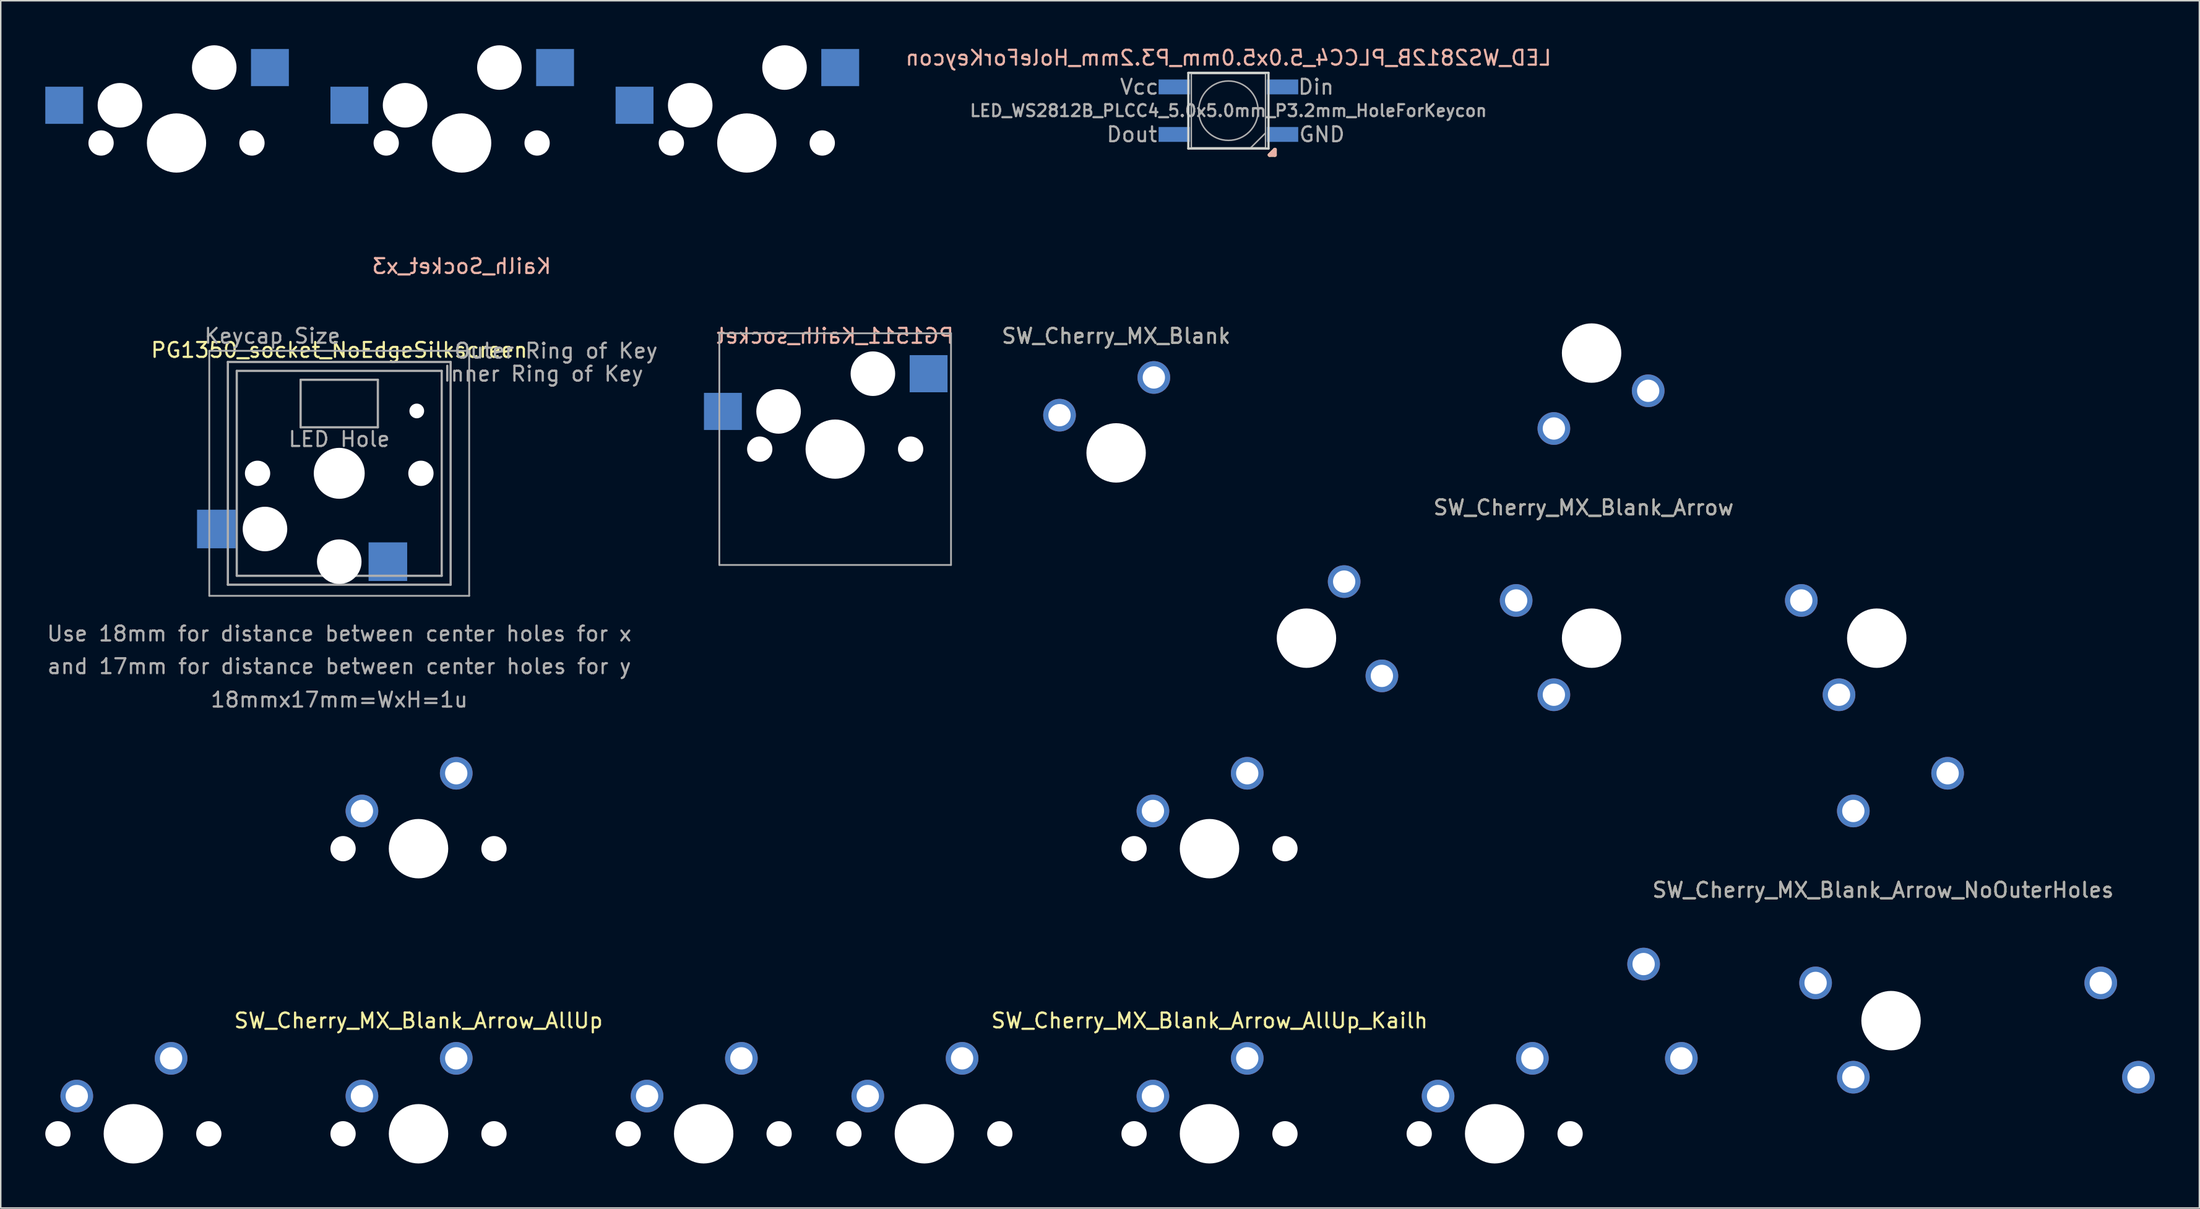
<source format=kicad_pcb>
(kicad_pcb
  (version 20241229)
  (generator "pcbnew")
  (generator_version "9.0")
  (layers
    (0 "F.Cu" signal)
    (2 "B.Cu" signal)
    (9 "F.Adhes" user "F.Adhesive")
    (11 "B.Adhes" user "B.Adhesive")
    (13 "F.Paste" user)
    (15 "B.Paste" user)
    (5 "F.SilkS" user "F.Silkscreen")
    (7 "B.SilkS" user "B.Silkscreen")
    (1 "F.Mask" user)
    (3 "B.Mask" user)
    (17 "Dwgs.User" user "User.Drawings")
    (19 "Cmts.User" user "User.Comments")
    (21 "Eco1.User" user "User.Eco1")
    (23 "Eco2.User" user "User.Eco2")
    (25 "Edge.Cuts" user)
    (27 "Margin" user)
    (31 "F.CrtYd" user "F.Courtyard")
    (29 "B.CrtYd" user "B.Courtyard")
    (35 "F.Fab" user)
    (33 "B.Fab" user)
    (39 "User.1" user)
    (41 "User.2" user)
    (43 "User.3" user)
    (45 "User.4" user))
  (footprint "SW_Cherry_MX_Blank_Arrow_NoOuterHoles"
    (layer "F.Cu")
    (at 124.28 65.685)
    (property "Reference" "SW_Cherry_MX_Blank_Arrow_NoOuterHoles" (at -0.54 -8.794 0) (layer "F.SilkS") (effects (font (size 1 1) (thickness 0.15))))
    (attr through_hole)
    (fp_text user "${REFERENCE}" (at -0.54 -8.794 0) (layer "F.Fab") (effects (font (size 1 1) (thickness 0.15))))
    (pad "" np_thru_hole circle (at 0 0 90) (size 4 4) (drill 4) (layers "*.Cu" "*.Mask"))
    (pad "1" thru_hole circle (at -14.12 2.54 270) (size 2.2 2.2) (drill 1.5) (layers "*.Cu" "*.Mask"))
    (pad "1" thru_hole circle (at -5.08 -2.54 90) (size 2.2 2.2) (drill 1.5) (layers "*.Cu" "*.Mask"))
    (pad "1" thru_hole circle (at -2.54 -14.12 180) (size 2.2 2.2) (drill 1.5) (layers "*.Cu" "*.Mask"))
    (pad "1" thru_hole circle (at 14.12 -2.54 90) (size 2.2 2.2) (drill 1.5) (layers "*.Cu" "*.Mask"))
    (pad "2" thru_hole circle (at -16.66 -3.81 270) (size 2.2 2.2) (drill 1.5) (layers "*.Cu" "*.Mask"))
    (pad "2" thru_hole circle (at -2.54 3.81 90) (size 2.2 2.2) (drill 1.5) (layers "*.Cu" "*.Mask"))
    (pad "2" thru_hole circle (at 3.81 -16.66 180) (size 2.2 2.2) (drill 1.5) (layers "*.Cu" "*.Mask"))
    (pad "2" thru_hole circle (at 16.66 3.81 90) (size 2.2 2.2) (drill 1.5) (layers "*.Cu" "*.Mask")))
  (footprint "PG1350_socket_NoEdgeSilkscreen"
    (layer "F.Cu")
    (at 19.792 28.826)
    (property "Reference" "PG1350_socket_NoEdgeSilkscreen" (at 0 -8.3 0) (layer "F.SilkS") (effects (font (size 1 1) (thickness 0.15))))
    (attr through_hole)
    (fp_line (start -8.75 -8.25) (end 8.75 -8.25) (stroke (width 0.12) (type solid)) (layer "F.Fab"))
    (fp_line (start -8.75 8.25) (end -8.75 -8.25) (stroke (width 0.12) (type solid)) (layer "F.Fab"))
    (fp_line (start -7.5 -7.5) (end 7.5 -7.5) (stroke (width 0.15) (type solid)) (layer "F.Fab"))
    (fp_line (start -7.5 7.5) (end -7.5 -7.5) (stroke (width 0.15) (type solid)) (layer "F.Fab"))
    (fp_line (start -6.9 6.9) (end -6.9 -6.9) (stroke (width 0.15) (type solid)) (layer "F.Fab"))
    (fp_line (start -6.9 6.9) (end 6.9 6.9) (stroke (width 0.15) (type solid)) (layer "F.Fab"))
    (fp_line (start -2.6 -3.1) (end -2.6 -6.3) (stroke (width 0.15) (type solid)) (layer "F.Fab"))
    (fp_line (start -2.6 -3.1) (end 2.6 -3.1) (stroke (width 0.15) (type solid)) (layer "F.Fab"))
    (fp_line (start 2.6 -6.3) (end -2.6 -6.3) (stroke (width 0.15) (type solid)) (layer "F.Fab"))
    (fp_line (start 2.6 -3.1) (end 2.6 -6.3) (stroke (width 0.15) (type solid)) (layer "F.Fab"))
    (fp_line (start 6.9 -6.9) (end -6.9 -6.9) (stroke (width 0.15) (type solid)) (layer "F.Fab"))
    (fp_line (start 6.9 -6.9) (end 6.9 6.9) (stroke (width 0.15) (type solid)) (layer "F.Fab"))
    (fp_line (start 7.5 -7.5) (end 7.5 7.5) (stroke (width 0.15) (type solid)) (layer "F.Fab"))
    (fp_line (start 7.5 7.5) (end -7.5 7.5) (stroke (width 0.15) (type solid)) (layer "F.Fab"))
    (fp_line (start 8.75 -8.25) (end 8.75 8.25) (stroke (width 0.12) (type solid)) (layer "F.Fab"))
    (fp_line (start 8.75 8.25) (end -8.75 8.25) (stroke (width 0.12) (type solid)) (layer "F.Fab"))
    (fp_text user "Inner Ring of Key" (at 13.75 -6.7 0) (layer "F.Fab") (effects (font (size 1 1) (thickness 0.15))))
    (fp_text user "LED Hole" (at 0 -2.3 0) (layer "F.Fab") (effects (font (size 1 1) (thickness 0.15))))
    (fp_text user "Keycap Size" (at -4.5 -9.25 0) (layer "F.Fab") (effects (font (size 1 1) (thickness 0.15))))
    (fp_text user "Use 18mm for distance between center holes for x" (at 0 10.8 0) (layer "F.Fab") (effects (font (size 1 1) (thickness 0.15))))
    (fp_text user "18mmx17mm=WxH=1u" (at 0 15.25 0) (layer "F.Fab") (effects (font (size 1 1) (thickness 0.15))))
    (fp_text user "Outer Ring of Key" (at 14.6 -8.25 0) (layer "F.Fab") (effects (font (size 1 1) (thickness 0.15))))
    (fp_text user "and 17mm for distance between center holes for y" (at 0 13 0) (layer "F.Fab") (effects (font (size 1 1) (thickness 0.15))))
    (pad "" np_thru_hole circle (at -5.5 0) (size 1.702 1.702) (drill 1.702) (layers "*.Cu" "*.Mask"))
    (pad "" np_thru_hole circle (at -5 3.75) (size 3 3) (drill 3) (layers "*.Cu" "*.Mask"))
    (pad "" np_thru_hole circle (at 0 0) (size 3.429 3.429) (drill 3.429) (layers "*.Cu" "*.Mask"))
    (pad "" np_thru_hole circle (at 0 5.95) (size 3 3) (drill 3) (layers "*.Cu" "*.Mask"))
    (pad "" np_thru_hole circle (at 5.22 -4.2) (size 0.991 0.991) (drill 0.991) (layers "*.Cu" "*.Mask"))
    (pad "" np_thru_hole circle (at 5.5 0) (size 1.702 1.702) (drill 1.702) (layers "*.Cu" "*.Mask"))
    (pad "1" smd rect (at 3.275 5.95) (size 2.6 2.6) (layers "B.Cu" "B.Mask" "B.Paste"))
    (pad "2" smd rect (at -8.275 3.75) (size 2.6 2.6) (layers "B.Cu" "B.Mask" "B.Paste")))
  (footprint "SW_Cherry_MX_Blank_Arrow_AllUp"
    (layer "F.Cu")
    (at 25.13 73.305)
    (property "Reference" "SW_Cherry_MX_Blank_Arrow_AllUp" (at 0 -7.62 0) (layer "F.SilkS") (effects (font (size 1 1) (thickness 0.15))))
    (attr through_hole)
    (pad "" np_thru_hole circle (at -24.28 0) (size 1.7 1.7) (drill 1.7) (layers "*.Cu" "*.Mask"))
    (pad "" np_thru_hole circle (at -19.2 0 90) (size 4 4) (drill 4) (layers "*.Cu" "*.Mask"))
    (pad "" np_thru_hole circle (at -14.12 0) (size 1.7 1.7) (drill 1.7) (layers "*.Cu" "*.Mask"))
    (pad "" np_thru_hole circle (at -5.08 -19.2) (size 1.7 1.7) (drill 1.7) (layers "*.Cu" "*.Mask"))
    (pad "" np_thru_hole circle (at -5.08 0) (size 1.7 1.7) (drill 1.7) (layers "*.Cu" "*.Mask"))
    (pad "" np_thru_hole circle (at 0 -19.2 90) (size 4 4) (drill 4) (layers "*.Cu" "*.Mask"))
    (pad "" np_thru_hole circle (at 0 0 90) (size 4 4) (drill 4) (layers "*.Cu" "*.Mask"))
    (pad "" np_thru_hole circle (at 5.08 -19.2) (size 1.7 1.7) (drill 1.7) (layers "*.Cu" "*.Mask"))
    (pad "" np_thru_hole circle (at 5.08 0) (size 1.7 1.7) (drill 1.7) (layers "*.Cu" "*.Mask"))
    (pad "" np_thru_hole circle (at 14.12 0) (size 1.7 1.7) (drill 1.7) (layers "*.Cu" "*.Mask"))
    (pad "" np_thru_hole circle (at 19.2 0 90) (size 4 4) (drill 4) (layers "*.Cu" "*.Mask"))
    (pad "" np_thru_hole circle (at 24.28 0) (size 1.7 1.7) (drill 1.7) (layers "*.Cu" "*.Mask"))
    (pad "1" thru_hole circle (at -16.66 -5.08 90) (size 2.2 2.2) (drill 1.5) (layers "*.Cu" "*.Mask"))
    (pad "1" thru_hole circle (at 2.54 -24.28 90) (size 2.2 2.2) (drill 1.5) (layers "*.Cu" "*.Mask"))
    (pad "1" thru_hole circle (at 2.54 -5.08 90) (size 2.2 2.2) (drill 1.5) (layers "*.Cu" "*.Mask"))
    (pad "1" thru_hole circle (at 21.74 -5.08 90) (size 2.2 2.2) (drill 1.5) (layers "*.Cu" "*.Mask"))
    (pad "2" thru_hole circle (at -23.01 -2.54 90) (size 2.2 2.2) (drill 1.5) (layers "*.Cu" "*.Mask"))
    (pad "2" thru_hole circle (at -3.81 -21.74 90) (size 2.2 2.2) (drill 1.5) (layers "*.Cu" "*.Mask"))
    (pad "2" thru_hole circle (at -3.81 -2.54 90) (size 2.2 2.2) (drill 1.5) (layers "*.Cu" "*.Mask"))
    (pad "2" thru_hole circle (at 15.39 -2.54 90) (size 2.2 2.2) (drill 1.5) (layers "*.Cu" "*.Mask")))
  (footprint "Kailh_Socket_x3"
    (layer "F.Cu")
    (at 28.035 6.58)
    (property "Reference" "Kailh_Socket_x3" (at 0 8.3 0) (layer "B.SilkS") (effects (font (size 1 1) (thickness 0.15)) (justify mirror)))
    (attr through_hole)
    (pad "" np_thru_hole circle (at -24.28 0) (size 1.702 1.702) (drill 1.702) (layers "*.Cu" "*.Mask"))
    (pad "" np_thru_hole circle (at -23.01 -2.54) (size 3 3) (drill 3) (layers "*.Cu" "*.Mask"))
    (pad "" np_thru_hole circle (at -19.2 0) (size 3.988 3.988) (drill 3.988) (layers "*.Cu" "*.Mask"))
    (pad "" np_thru_hole circle (at -16.66 -5.08) (size 3 3) (drill 3) (layers "*.Cu" "*.Mask"))
    (pad "" np_thru_hole circle (at -14.12 0) (size 1.702 1.702) (drill 1.702) (layers "*.Cu" "*.Mask"))
    (pad "" np_thru_hole circle (at -5.08 0) (size 1.702 1.702) (drill 1.702) (layers "*.Cu" "*.Mask"))
    (pad "" np_thru_hole circle (at -3.81 -2.54) (size 3 3) (drill 3) (layers "*.Cu" "*.Mask"))
    (pad "" np_thru_hole circle (at 0 0) (size 3.988 3.988) (drill 3.988) (layers "*.Cu" "*.Mask"))
    (pad "" np_thru_hole circle (at 2.54 -5.08) (size 3 3) (drill 3) (layers "*.Cu" "*.Mask"))
    (pad "" np_thru_hole circle (at 5.08 0) (size 1.702 1.702) (drill 1.702) (layers "*.Cu" "*.Mask"))
    (pad "" np_thru_hole circle (at 14.12 0) (size 1.702 1.702) (drill 1.702) (layers "*.Cu" "*.Mask"))
    (pad "" np_thru_hole circle (at 15.39 -2.54) (size 3 3) (drill 3) (layers "*.Cu" "*.Mask"))
    (pad "" np_thru_hole circle (at 19.2 0) (size 3.988 3.988) (drill 3.988) (layers "*.Cu" "*.Mask"))
    (pad "" np_thru_hole circle (at 21.74 -5.08) (size 3 3) (drill 3) (layers "*.Cu" "*.Mask"))
    (pad "" np_thru_hole circle (at 24.28 0) (size 1.702 1.702) (drill 1.702) (layers "*.Cu" "*.Mask"))
    (pad "1" smd rect (at -12.91 -5.08) (size 2.55 2.5) (layers "B.Cu" "B.Mask" "B.Paste"))
    (pad "1" smd rect (at 6.29 -5.08) (size 2.55 2.5) (layers "B.Cu" "B.Mask" "B.Paste"))
    (pad "1" smd rect (at 25.49 -5.08) (size 2.55 2.5) (layers "B.Cu" "B.Mask" "B.Paste"))
    (pad "2" smd rect (at -26.76 -2.54) (size 2.55 2.5) (layers "B.Cu" "B.Mask" "B.Paste"))
    (pad "2" smd rect (at -7.56 -2.54) (size 2.55 2.5) (layers "B.Cu" "B.Mask" "B.Paste"))
    (pad "2" smd rect (at 11.64 -2.54) (size 2.55 2.5) (layers "B.Cu" "B.Mask" "B.Paste")))
  (footprint "SW_Cherry_MX_Blank_Arrow_AllUp_Kailh"
    (layer "F.Cu")
    (at 78.39 73.305)
    (property "Reference" "SW_Cherry_MX_Blank_Arrow_AllUp_Kailh" (at 0 -7.62 0) (layer "F.SilkS") (effects (font (size 1 1) (thickness 0.15))))
    (attr through_hole)
    (pad "" np_thru_hole circle (at -24.28 0) (size 1.7 1.7) (drill 1.7) (layers "*.Cu" "*.Mask"))
    (pad "" np_thru_hole circle (at -19.2 0 90) (size 4 4) (drill 4) (layers "*.Cu" "*.Mask"))
    (pad "" np_thru_hole circle (at -14.12 0) (size 1.7 1.7) (drill 1.7) (layers "*.Cu" "*.Mask"))
    (pad "" np_thru_hole circle (at -5.08 -19.2) (size 1.7 1.7) (drill 1.7) (layers "*.Cu" "*.Mask"))
    (pad "" np_thru_hole circle (at -5.08 0) (size 1.7 1.7) (drill 1.7) (layers "*.Cu" "*.Mask"))
    (pad "" np_thru_hole circle (at 0 -19.2 90) (size 4 4) (drill 4) (layers "*.Cu" "*.Mask"))
    (pad "" np_thru_hole circle (at 0 0 90) (size 4 4) (drill 4) (layers "*.Cu" "*.Mask"))
    (pad "" np_thru_hole circle (at 5.08 -19.2) (size 1.7 1.7) (drill 1.7) (layers "*.Cu" "*.Mask"))
    (pad "" np_thru_hole circle (at 5.08 0) (size 1.7 1.7) (drill 1.7) (layers "*.Cu" "*.Mask"))
    (pad "" np_thru_hole circle (at 14.12 0) (size 1.7 1.7) (drill 1.7) (layers "*.Cu" "*.Mask"))
    (pad "" np_thru_hole circle (at 19.2 0 90) (size 4 4) (drill 4) (layers "*.Cu" "*.Mask"))
    (pad "" np_thru_hole circle (at 24.28 0) (size 1.7 1.7) (drill 1.7) (layers "*.Cu" "*.Mask"))
    (pad "1" thru_hole circle (at -16.66 -5.08 90) (size 2.2 2.2) (drill 1.5) (layers "*.Cu" "*.Mask"))
    (pad "1" thru_hole circle (at 2.54 -24.28 90) (size 2.2 2.2) (drill 1.5) (layers "*.Cu" "*.Mask"))
    (pad "1" thru_hole circle (at 2.54 -5.08 90) (size 2.2 2.2) (drill 1.5) (layers "*.Cu" "*.Mask"))
    (pad "1" thru_hole circle (at 21.74 -5.08 90) (size 2.2 2.2) (drill 1.5) (layers "*.Cu" "*.Mask"))
    (pad "2" thru_hole circle (at -23.01 -2.54 90) (size 2.2 2.2) (drill 1.5) (layers "*.Cu" "*.Mask"))
    (pad "2" thru_hole circle (at -3.81 -21.74 90) (size 2.2 2.2) (drill 1.5) (layers "*.Cu" "*.Mask"))
    (pad "2" thru_hole circle (at -3.81 -2.54 90) (size 2.2 2.2) (drill 1.5) (layers "*.Cu" "*.Mask"))
    (pad "2" thru_hole circle (at 15.39 -2.54 90) (size 2.2 2.2) (drill 1.5) (layers "*.Cu" "*.Mask")))
  (footprint "SW_Cherry_MX_Blank_Arrow"
    (layer "F.Cu")
    (at 104.117 39.928)
    (property "Reference" "SW_Cherry_MX_Blank_Arrow" (at -0.54 -8.794 0) (layer "F.SilkS") (effects (font (size 1 1) (thickness 0.15))))
    (attr through_hole)
    (fp_text user "${REFERENCE}" (at -0.54 -8.794 0) (layer "F.Fab") (effects (font (size 1 1) (thickness 0.15))))
    (pad "" np_thru_hole circle (at -19.2 0 270) (size 4 4) (drill 4) (layers "*.Cu" "*.Mask"))
    (pad "" np_thru_hole circle (at 0 -19.2 180) (size 4 4) (drill 4) (layers "*.Cu" "*.Mask"))
    (pad "" np_thru_hole circle (at 0 0 90) (size 4 4) (drill 4) (layers "*.Cu" "*.Mask"))
    (pad "" np_thru_hole circle (at 19.2 0 90) (size 4 4) (drill 4) (layers "*.Cu" "*.Mask"))
    (pad "1" thru_hole circle (at -14.12 2.54 270) (size 2.2 2.2) (drill 1.5) (layers "*.Cu" "*.Mask"))
    (pad "1" thru_hole circle (at -5.08 -2.54 90) (size 2.2 2.2) (drill 1.5) (layers "*.Cu" "*.Mask"))
    (pad "1" thru_hole circle (at -2.54 -14.12 180) (size 2.2 2.2) (drill 1.5) (layers "*.Cu" "*.Mask"))
    (pad "1" thru_hole circle (at 14.12 -2.54 90) (size 2.2 2.2) (drill 1.5) (layers "*.Cu" "*.Mask"))
    (pad "2" thru_hole circle (at -16.66 -3.81 270) (size 2.2 2.2) (drill 1.5) (layers "*.Cu" "*.Mask"))
    (pad "2" thru_hole circle (at -2.54 3.81 90) (size 2.2 2.2) (drill 1.5) (layers "*.Cu" "*.Mask"))
    (pad "2" thru_hole circle (at 3.81 -16.66 180) (size 2.2 2.2) (drill 1.5) (layers "*.Cu" "*.Mask"))
    (pad "2" thru_hole circle (at 16.66 3.81 90) (size 2.2 2.2) (drill 1.5) (layers "*.Cu" "*.Mask")))
  (footprint "LED_WS2812B_PLCC4_5.0x5.0mm_P3.2mm_HoleForKeycon"
    (layer "F.Cu")
    (at 79.663 4.404)
    (property "Reference" "LED_WS2812B_PLCC4_5.0x5.0mm_P3.2mm_HoleForKeycon" (at 0 -3.556 0) (layer "B.SilkS") (effects (font (size 1 1) (thickness 0.15)) (justify mirror)))
    (attr smd)
    (fp_line (start 2.775 2.98) (end 3.13 2.625) (stroke (width 0.25) (type solid)) (layer "F.SilkS"))
    (fp_line (start 2.775 2.98) (end 3.13 2.98) (stroke (width 0.25) (type solid)) (layer "F.SilkS"))
    (fp_line (start 3.13 2.98) (end 3.13 2.625) (stroke (width 0.25) (type solid)) (layer "F.SilkS"))
    (fp_line (start 2.775 2.98) (end 3.13 2.625) (stroke (width 0.25) (type solid)) (layer "B.SilkS"))
    (fp_line (start 2.775 2.98) (end 3.13 2.98) (stroke (width 0.25) (type solid)) (layer "B.SilkS"))
    (fp_line (start 3.13 2.98) (end 3.13 2.625) (stroke (width 0.25) (type solid)) (layer "B.SilkS"))
    (fp_line (start -2.7 -2.55) (end -2.7 2.55) (stroke (width 0.15) (type solid)) (layer "Edge.Cuts"))
    (fp_line (start -2.7 2.55) (end 2.7 2.55) (stroke (width 0.15) (type solid)) (layer "Edge.Cuts"))
    (fp_line (start 2.7 -2.55) (end -2.7 -2.55) (stroke (width 0.15) (type solid)) (layer "Edge.Cuts"))
    (fp_line (start 2.7 2.55) (end 2.7 -2.55) (stroke (width 0.15) (type solid)) (layer "Edge.Cuts"))
    (fp_line (start -2.5 -2.5) (end -2.5 2.5) (stroke (width 0.1) (type solid)) (layer "F.Fab"))
    (fp_line (start -2.5 2.5) (end 2.5 2.5) (stroke (width 0.1) (type solid)) (layer "F.Fab"))
    (fp_line (start 2.5 -2.5) (end -2.5 -2.5) (stroke (width 0.1) (type solid)) (layer "F.Fab"))
    (fp_line (start 2.5 1.5) (end 1.5 2.5) (stroke (width 0.1) (type solid)) (layer "F.Fab"))
    (fp_line (start 2.5 2.5) (end 2.5 -2.5) (stroke (width 0.1) (type solid)) (layer "F.Fab"))
    (fp_circle (center 0 0) (end 0 -2) (stroke (width 0.1) (type solid)) (fill no) (layer "F.Fab"))
    (fp_text user "${REFERENCE}" (at 0 0 0) (layer "F.Fab") (effects (font (size 0.8 0.8) (thickness 0.15))))
    (fp_text user "Vcc" (at -6 -1.6 0) (layer "F.Fab") (effects (font (size 1 1) (thickness 0.15))))
    (fp_text user "GND" (at 6.3 1.6 0) (layer "F.Fab") (effects (font (size 1 1) (thickness 0.15))))
    (fp_text user "Din" (at 5.9 -1.6 0) (layer "F.Fab") (effects (font (size 1 1) (thickness 0.15))))
    (fp_text user "Dout" (at -6.5 1.6 0) (layer "F.Fab") (effects (font (size 1 1) (thickness 0.15))))
    (pad "1" smd rect (at -3.65 -1.6) (size 2.1 1) (layers "B.Cu" "B.Mask" "B.Paste"))
    (pad "2" smd rect (at -3.65 1.6) (size 2.1 1) (layers "B.Cu" "B.Mask" "B.Paste"))
    (pad "3" smd rect (at 3.65 1.6) (size 2.1 1) (layers "B.Cu" "B.Mask" "B.Paste"))
    (pad "4" smd rect (at 3.65 -1.6) (size 2.1 1) (layers "B.Cu" "B.Mask" "B.Paste")))
  (footprint "SW_Cherry_MX_Blank"
    (layer "F.Cu")
    (at 74.642 22.37)
    (property "Reference" "SW_Cherry_MX_Blank" (at -2.54 -2.794 0) (layer "F.SilkS") (effects (font (size 1 1) (thickness 0.15))))
    (attr through_hole)
    (fp_text user "${REFERENCE}" (at -2.54 -2.794 0) (layer "F.Fab") (effects (font (size 1 1) (thickness 0.15))))
    (pad "" np_thru_hole circle (at -2.54 5.08) (size 4 4) (drill 4) (layers "*.Cu" "*.Mask"))
    (pad "1" thru_hole circle (at 0 0) (size 2.2 2.2) (drill 1.5) (layers "*.Cu" "*.Mask"))
    (pad "2" thru_hole circle (at -6.35 2.54) (size 2.2 2.2) (drill 1.5) (layers "*.Cu" "*.Mask")))
  (footprint "PG1511_Kailh_socket"
    (layer "F.Cu")
    (at 53.185 27.197)
    (property "Reference" "PG1511_Kailh_socket" (at 0 -7.62 0) (layer "B.SilkS") (effects (font (size 1 1) (thickness 0.15)) (justify mirror)))
    (attr through_hole)
    (fp_line (start -7.8 -7.8) (end 7.8 -7.8) (stroke (width 0.12) (type solid)) (layer "F.Fab"))
    (fp_line (start -7.8 7.8) (end -7.8 -7.8) (stroke (width 0.12) (type solid)) (layer "F.Fab"))
    (fp_line (start 7.8 -7.8) (end 7.8 7.8) (stroke (width 0.12) (type solid)) (layer "F.Fab"))
    (fp_line (start 7.8 7.8) (end -7.8 7.8) (stroke (width 0.12) (type solid)) (layer "F.Fab"))
    (pad "" np_thru_hole circle (at -5.08 0) (size 1.702 1.702) (drill 1.702) (layers "*.Cu" "*.Mask"))
    (pad "" np_thru_hole circle (at -3.81 -2.54) (size 3 3) (drill 3) (layers "*.Cu" "*.Mask"))
    (pad "" np_thru_hole circle (at 0 0) (size 3.988 3.988) (drill 3.988) (layers "*.Cu" "*.Mask"))
    (pad "" np_thru_hole circle (at 2.54 -5.08) (size 3 3) (drill 3) (layers "*.Cu" "*.Mask"))
    (pad "" np_thru_hole circle (at 5.08 0) (size 1.702 1.702) (drill 1.702) (layers "*.Cu" "*.Mask"))
    (pad "1" smd rect (at 6.29 -5.08) (size 2.55 2.5) (layers "B.Cu" "B.Mask" "B.Paste"))
    (pad "2" smd rect (at -7.56 -2.54) (size 2.55 2.5) (layers "B.Cu" "B.Mask" "B.Paste")))
  (gr_rect
    (start -3 -3)
    (end 145.04 78.305)
    (stroke (width 0.1) (type default))
    (fill no)
    (layer "Edge.Cuts")))
</source>
